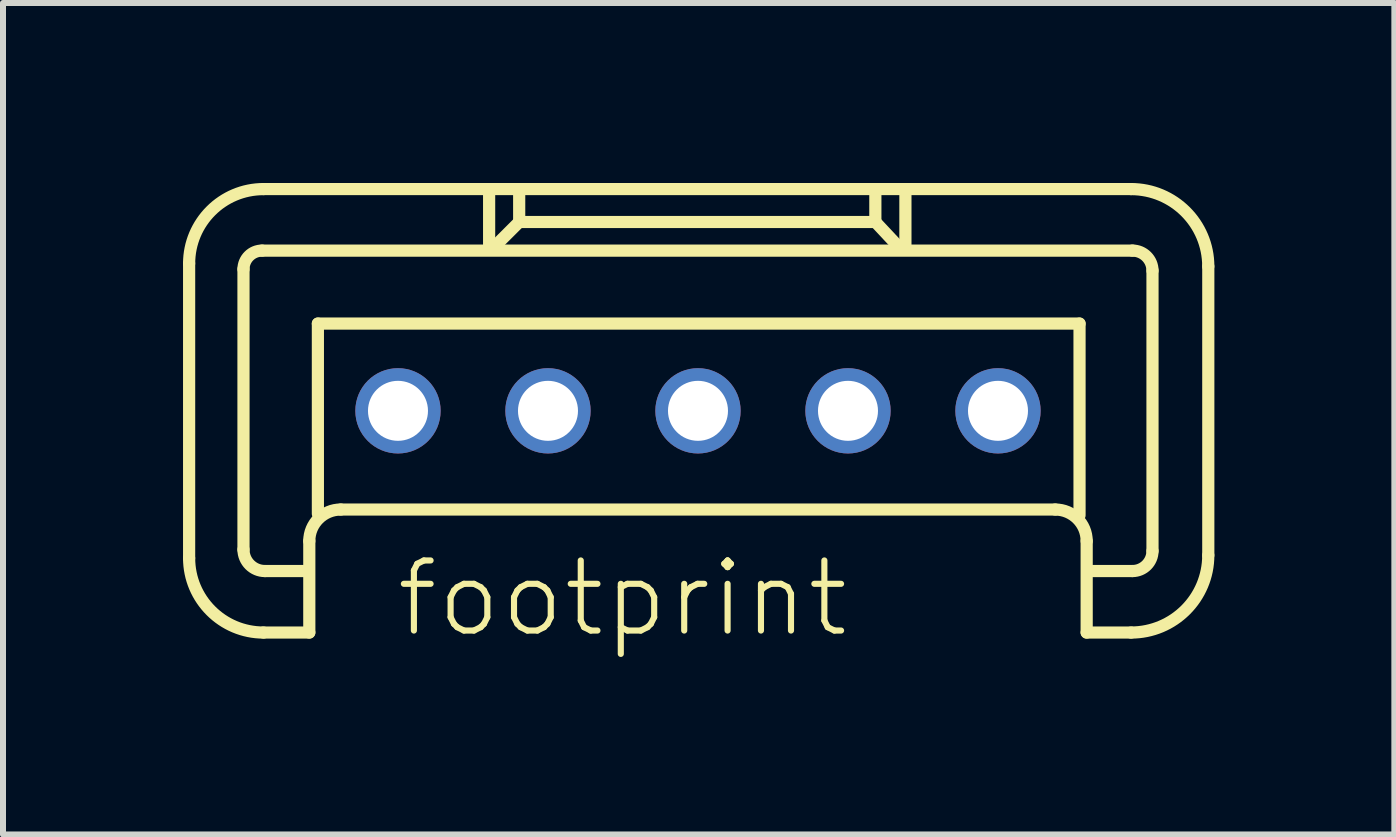
<source format=kicad_pcb>
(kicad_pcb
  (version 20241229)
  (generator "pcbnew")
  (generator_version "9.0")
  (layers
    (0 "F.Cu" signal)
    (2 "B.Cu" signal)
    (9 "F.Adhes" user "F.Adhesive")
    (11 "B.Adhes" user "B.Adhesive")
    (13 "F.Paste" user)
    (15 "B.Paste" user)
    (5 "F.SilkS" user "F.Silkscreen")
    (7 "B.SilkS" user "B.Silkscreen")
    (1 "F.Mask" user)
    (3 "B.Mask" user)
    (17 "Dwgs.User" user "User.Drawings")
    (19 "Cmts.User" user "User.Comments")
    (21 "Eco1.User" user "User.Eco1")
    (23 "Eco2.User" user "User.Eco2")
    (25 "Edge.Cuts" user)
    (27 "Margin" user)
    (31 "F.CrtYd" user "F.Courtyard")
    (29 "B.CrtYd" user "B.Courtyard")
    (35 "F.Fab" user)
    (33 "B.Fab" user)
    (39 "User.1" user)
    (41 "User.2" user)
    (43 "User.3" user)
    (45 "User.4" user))
  (footprint "footprint"
    (layer "F.Cu")
    (at 8.583 3.797)
    (property "Reference" "footprint" (at -5.08 3.81 0) (layer "F.SilkS") (effects (font (size 1.168 1.168) (thickness 0.102)) (justify left bottom)))
    (fp_line (start -8.481 2.456) (end -8.481 -2.456) (stroke (width 0.203) (type solid)) (layer "F.SilkS"))
    (fp_line (start -7.575 2.313) (end -7.575 -2.361) (stroke (width 0.203) (type solid)) (layer "F.SilkS"))
    (fp_line (start -7.265 -2.67) (end 7.241 -2.67) (stroke (width 0.203) (type solid)) (layer "F.SilkS"))
    (fp_line (start -7.241 -3.696) (end 7.217 -3.696) (stroke (width 0.203) (type solid)) (layer "F.SilkS"))
    (fp_line (start -6.502 2.67) (end -7.217 2.67) (stroke (width 0.203) (type solid)) (layer "F.SilkS"))
    (fp_line (start -6.478 2.17) (end -6.478 3.695) (stroke (width 0.203) (type solid)) (layer "F.SilkS"))
    (fp_line (start -6.478 3.695) (end -7.241 3.695) (stroke (width 0.203) (type solid)) (layer "F.SilkS"))
    (fp_line (start -6.335 -1.454) (end 6.359 -1.454) (stroke (width 0.203) (type solid)) (layer "F.SilkS"))
    (fp_line (start -6.335 1.716) (end -6.335 -1.454) (stroke (width 0.203) (type solid)) (layer "F.SilkS"))
    (fp_line (start -3.481 -3.648) (end -3.481 -2.742) (stroke (width 0.203) (type solid)) (layer "F.SilkS"))
    (fp_line (start -3.004 -3.123) (end -3.386 -2.742) (stroke (width 0.203) (type solid)) (layer "F.SilkS"))
    (fp_line (start -2.98 -3.147) (end -2.98 -3.624) (stroke (width 0.203) (type solid)) (layer "F.SilkS"))
    (fp_line (start 2.956 -3.672) (end 2.956 -3.147) (stroke (width 0.203) (type solid)) (layer "F.SilkS"))
    (fp_line (start 2.956 -3.147) (end -2.98 -3.147) (stroke (width 0.203) (type solid)) (layer "F.SilkS"))
    (fp_line (start 2.98 -3.123) (end 3.314 -2.766) (stroke (width 0.203) (type solid)) (layer "F.SilkS"))
    (fp_line (start 3.457 -3.624) (end 3.457 -2.742) (stroke (width 0.203) (type solid)) (layer "F.SilkS"))
    (fp_line (start 5.954 1.645) (end -5.954 1.645) (stroke (width 0.203) (type solid)) (layer "F.SilkS"))
    (fp_line (start 6.359 -1.454) (end 6.359 1.74) (stroke (width 0.203) (type solid)) (layer "F.SilkS"))
    (fp_line (start 6.478 3.695) (end 6.478 2.17) (stroke (width 0.203) (type solid)) (layer "F.SilkS"))
    (fp_line (start 7.217 3.695) (end 6.478 3.695) (stroke (width 0.203) (type solid)) (layer "F.SilkS"))
    (fp_line (start 7.241 2.67) (end 6.574 2.67) (stroke (width 0.203) (type solid)) (layer "F.SilkS"))
    (fp_line (start 7.575 -2.337) (end 7.575 2.336) (stroke (width 0.203) (type solid)) (layer "F.SilkS"))
    (fp_line (start 8.505 -2.408) (end 8.505 2.408) (stroke (width 0.203) (type solid)) (layer "F.SilkS"))
    (fp_arc (start -8.481 -2.4558) (mid -8.117871 -3.332471) (end -7.2412 -3.6956) (stroke (width 0.2032) (type solid)) (layer "F.SilkS"))
    (fp_arc (start -7.575 -2.3605) (mid -7.484232 -2.579632) (end -7.2651 -2.6704) (stroke (width 0.2032) (type solid)) (layer "F.SilkS"))
    (fp_arc (start -7.2412 3.6954) (mid -8.117871 3.332271) (end -8.481 2.4556) (stroke (width 0.2032) (type solid)) (layer "F.SilkS"))
    (fp_arc (start -7.2174 2.6702) (mid -7.470261 2.565461) (end -7.575 2.3126) (stroke (width 0.2032) (type solid)) (layer "F.SilkS"))
    (fp_arc (start -6.4783 2.1695) (mid -6.324678 1.798622) (end -5.9538 1.645) (stroke (width 0.2032) (type solid)) (layer "F.SilkS"))
    (fp_arc (start 5.9536 1.645) (mid 6.324478 1.798622) (end 6.4781 2.1695) (stroke (width 0.2032) (type solid)) (layer "F.SilkS"))
    (fp_arc (start 7.2172 -3.6956) (mid 8.1276 -3.3185) (end 8.5047 -2.4081) (stroke (width 0.2032) (type solid)) (layer "F.SilkS"))
    (fp_arc (start 7.2411 -2.6704) (mid 7.477132 -2.572632) (end 7.5749 -2.3366) (stroke (width 0.2032) (type solid)) (layer "F.SilkS"))
    (fp_arc (start 7.5749 2.3364) (mid 7.477132 2.572432) (end 7.2411 2.6702) (stroke (width 0.2032) (type solid)) (layer "F.SilkS"))
    (fp_arc (start 8.5047 2.4079) (mid 8.1276 3.3183) (end 7.2172 3.6954) (stroke (width 0.2032) (type solid)) (layer "F.SilkS"))
    (pad "1" thru_hole circle (at -5 0) (size 1.422 1.422) (drill 1) (layers "*.Cu" "*.Mask"))
    (pad "2" thru_hole circle (at -2.5 0) (size 1.422 1.422) (drill 1) (layers "*.Cu" "*.Mask"))
    (pad "3" thru_hole circle (at 0 0) (size 1.422 1.422) (drill 1) (layers "*.Cu" "*.Mask"))
    (pad "4" thru_hole circle (at 2.5 0) (size 1.422 1.422) (drill 1) (layers "*.Cu" "*.Mask"))
    (pad "5" thru_hole circle (at 5 0) (size 1.422 1.422) (drill 1) (layers "*.Cu" "*.Mask")))
  (gr_rect
    (start -3 -3)
    (end 20.189 10.858)
    (stroke (width 0.1) (type default))
    (fill no)
    (layer "Edge.Cuts")))
</source>
